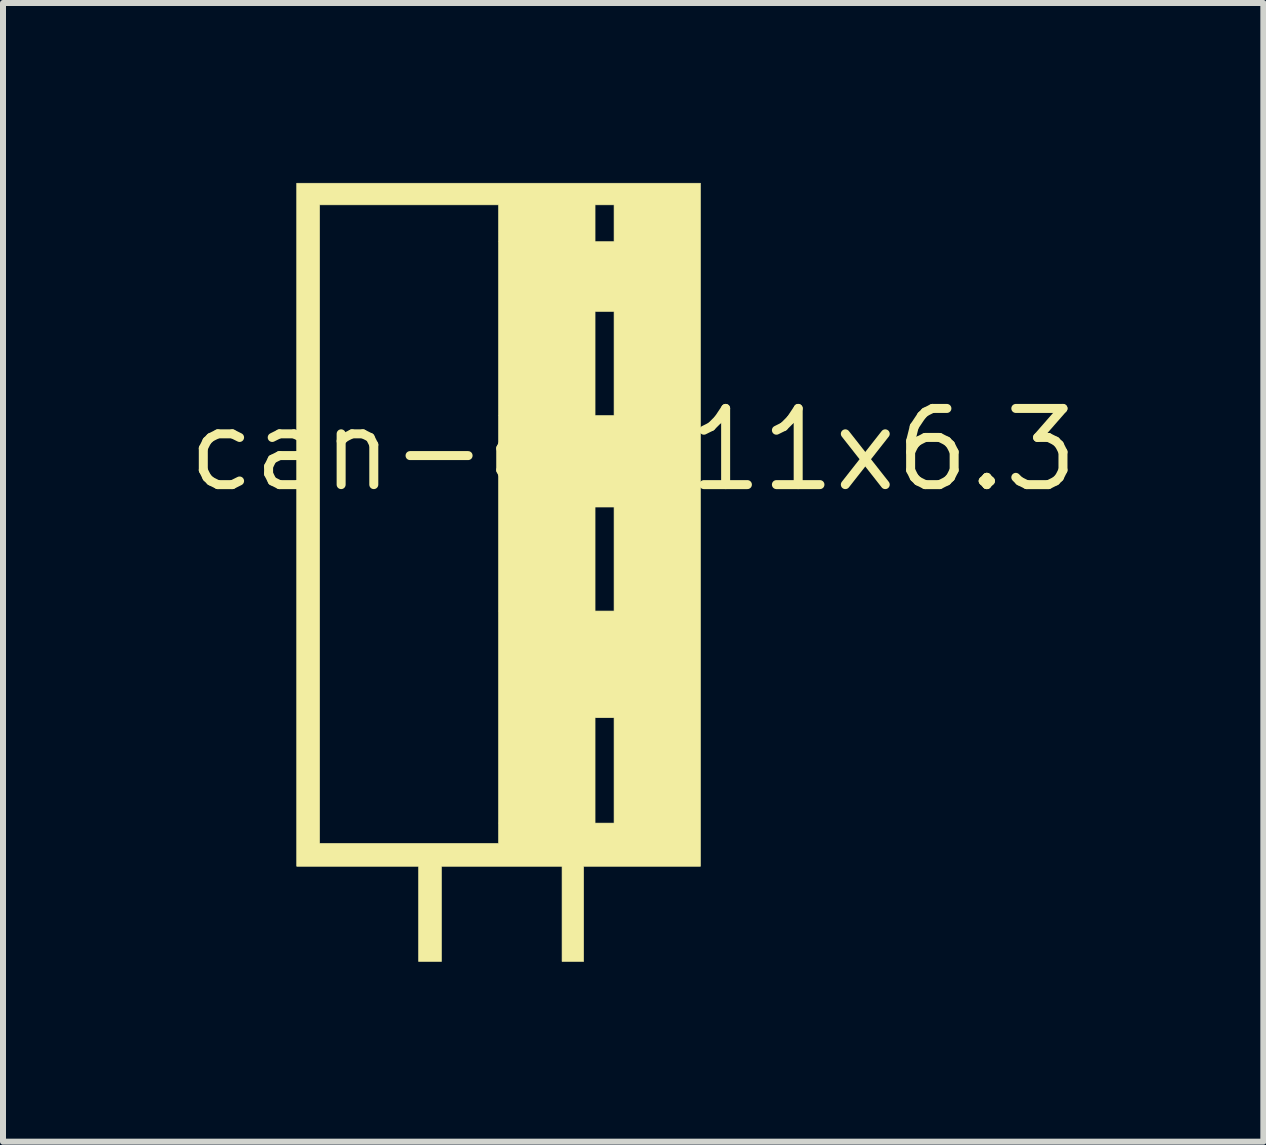
<source format=kicad_pcb>
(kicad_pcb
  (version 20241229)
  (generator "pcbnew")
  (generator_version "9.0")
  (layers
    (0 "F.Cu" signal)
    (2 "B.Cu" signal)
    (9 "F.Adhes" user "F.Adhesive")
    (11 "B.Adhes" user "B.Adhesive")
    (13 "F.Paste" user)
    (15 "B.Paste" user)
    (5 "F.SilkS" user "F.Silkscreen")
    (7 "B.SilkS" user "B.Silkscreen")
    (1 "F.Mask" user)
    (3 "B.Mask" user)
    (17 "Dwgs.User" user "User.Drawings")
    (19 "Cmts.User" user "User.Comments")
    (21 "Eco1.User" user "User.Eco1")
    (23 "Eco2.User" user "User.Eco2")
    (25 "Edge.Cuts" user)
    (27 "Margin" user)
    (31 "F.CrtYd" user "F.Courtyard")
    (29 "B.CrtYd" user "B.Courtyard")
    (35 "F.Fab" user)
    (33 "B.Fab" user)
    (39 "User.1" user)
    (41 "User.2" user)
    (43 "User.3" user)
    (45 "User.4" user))
  (footprint "can-cap11x6.3"
    (layer "F.Cu")
    (at 7.506 4.45)
    (property "Reference" "can-cap11x6.3" (at 0 0 0) (layer "F.SilkS") (effects (font (size 1.27 1.27) (thickness 0.15))))
    (attr through_hole)
    (fp_poly (pts (xy 1.122 6.943) (xy -0.826 6.943) (xy -0.826 8.53) (xy -1.185 8.53) (xy -1.185 6.943) (xy -3.196 6.943) (xy -3.196 8.53) (xy -3.577 8.53) (xy -3.577 6.943) (xy -5.609 6.943) (xy -5.609 -4.085) (xy -5.228 -4.085) (xy -5.228 6.562) (xy -2.244 6.562) (xy -2.244 4.466) (xy -0.635 4.466) (xy -0.635 6.223) (xy -0.318 6.223) (xy -0.318 4.466) (xy -0.635 4.466) (xy -2.244 4.466) (xy -2.244 0.953) (xy -0.635 0.953) (xy -0.635 2.688) (xy -0.318 2.688) (xy -0.318 0.953) (xy -0.635 0.953) (xy -2.244 0.953) (xy -2.244 -2.307) (xy -0.635 -2.307) (xy -0.635 -0.572) (xy -0.318 -0.572) (xy -0.318 -2.307) (xy -0.635 -2.307) (xy -2.244 -2.307) (xy -2.244 -4.085) (xy -0.635 -4.085) (xy -0.635 -3.471) (xy -0.318 -3.471) (xy -0.318 -4.085) (xy -0.635 -4.085) (xy -2.244 -4.085) (xy -5.228 -4.085) (xy -5.609 -4.085) (xy -5.609 -4.445) (xy 1.122 -4.445) (xy 1.122 6.943)) (stroke (width 0.01) (type solid)) (fill yes) (layer "F.SilkS")))
  (gr_rect
    (start -3 -3)
    (end 18.013 15.985)
    (stroke (width 0.1) (type default))
    (fill no)
    (layer "Edge.Cuts")))
</source>
